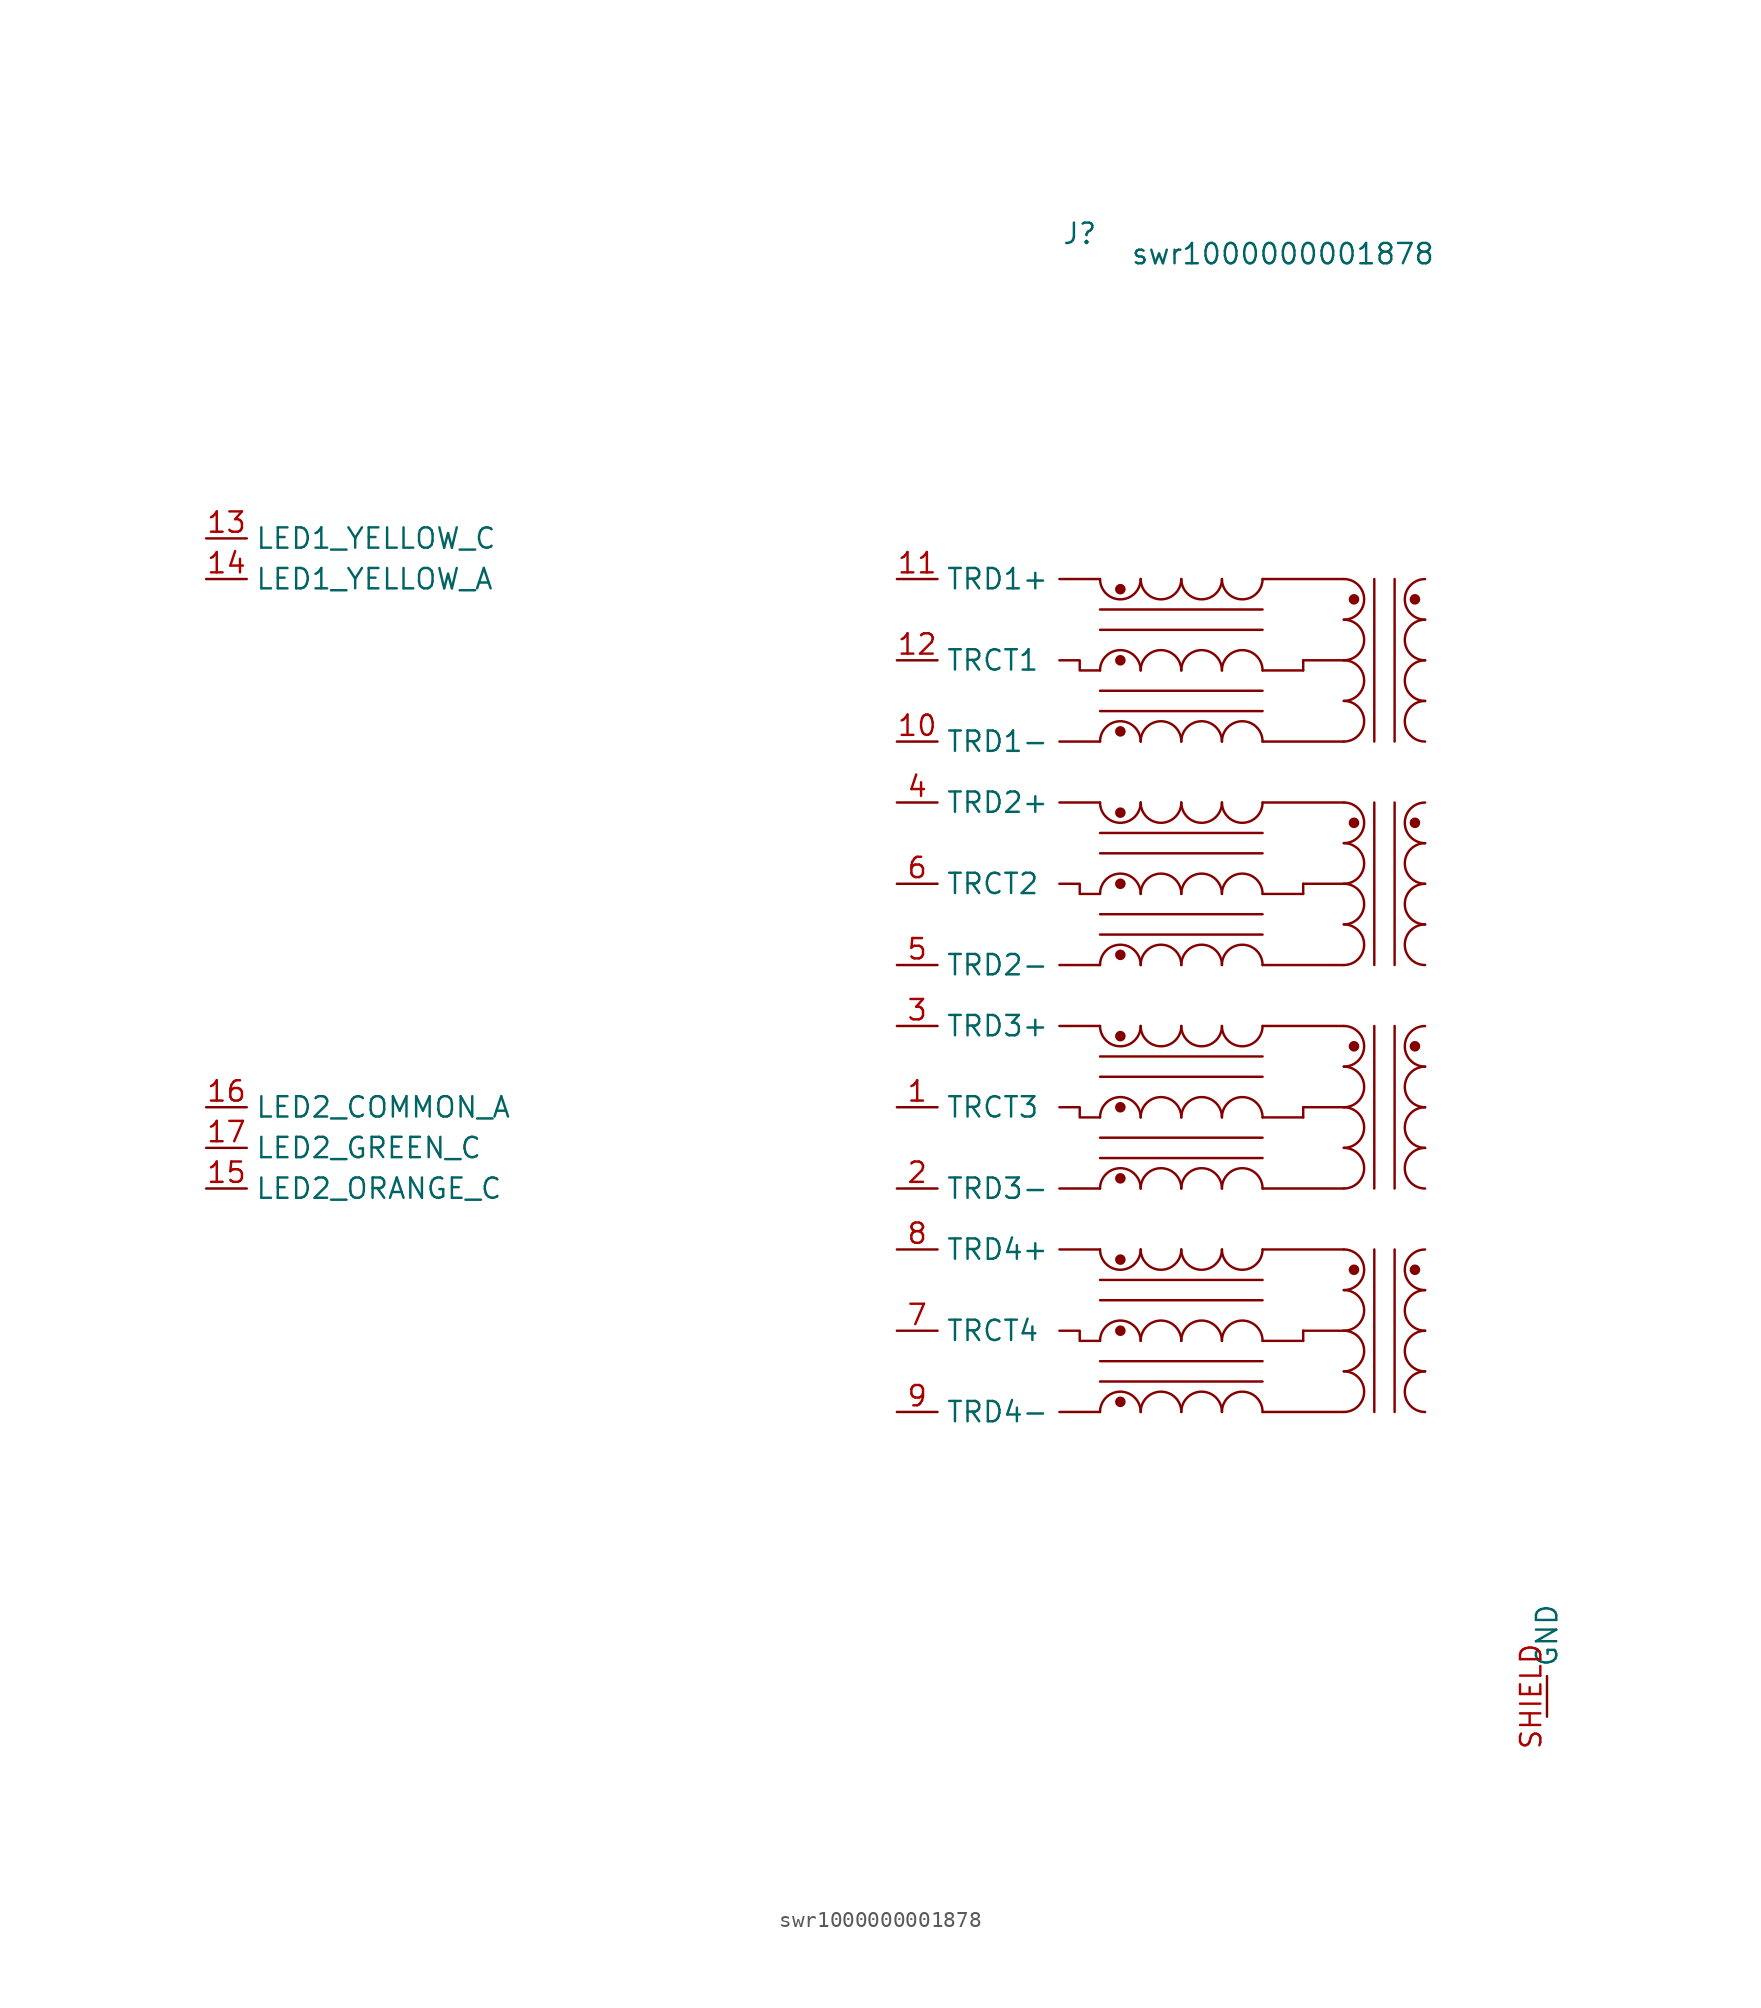
<source format=kicad_sym>
(kicad_symbol_lib
  (version 20220914)
  (generator kicad_symbol_editor)
  (symbol "swr1000000001878"
    (property "Reference" "J"
      (at -13.97 17.78 0)
      (effects (font (size 1.27 1.27))))
    (property "Value" "swr1000000001878"
      (at -1.27 16.51 0)
      (effects (font (size 1.27 1.27))))
    (symbol "swr1000000001878_0_0"
      (pin unspecified line (at -25.4 -36.83 0) (length 2.54) (name "TRCT3" (effects (font (size 1.27 1.27)))) (number "1" (effects (font (size 1.27 1.27)))))
      (pin unspecified line (at -25.4 -13.97 0) (length 2.54) (name "TRD1-" (effects (font (size 1.27 1.27)))) (number "10" (effects (font (size 1.27 1.27)))))
      (pin unspecified line (at -25.4 -3.81 0) (length 2.54) (name "TRD1+" (effects (font (size 1.27 1.27)))) (number "11" (effects (font (size 1.27 1.27)))))
      (pin unspecified line (at -25.4 -8.89 0) (length 2.54) (name "TRCT1" (effects (font (size 1.27 1.27)))) (number "12" (effects (font (size 1.27 1.27)))))
      (pin unspecified line (at -68.58 -1.27 0) (length 2.54) (name "LED1_YELLOW_C" (effects (font (size 1.27 1.27)))) (number "13" (effects (font (size 1.27 1.27)))))
      (pin unspecified line (at -68.58 -3.81 0) (length 2.54) (name "LED1_YELLOW_A" (effects (font (size 1.27 1.27)))) (number "14" (effects (font (size 1.27 1.27)))))
      (pin unspecified line (at -68.58 -41.91 0) (length 2.54) (name "LED2_ORANGE_C" (effects (font (size 1.27 1.27)))) (number "15" (effects (font (size 1.27 1.27)))))
      (pin unspecified line (at -68.58 -36.83 0) (length 2.54) (name "LED2_COMMON_A" (effects (font (size 1.27 1.27)))) (number "16" (effects (font (size 1.27 1.27)))))
      (pin unspecified line (at -68.58 -39.37 0) (length 2.54) (name "LED2_GREEN_C" (effects (font (size 1.27 1.27)))) (number "17" (effects (font (size 1.27 1.27)))))
      (pin unspecified line (at -25.4 -41.91 0) (length 2.54) (name "TRD3-" (effects (font (size 1.27 1.27)))) (number "2" (effects (font (size 1.27 1.27)))))
      (pin unspecified line (at -25.4 -31.75 0) (length 2.54) (name "TRD3+" (effects (font (size 1.27 1.27)))) (number "3" (effects (font (size 1.27 1.27)))))
      (pin unspecified line (at -25.4 -17.78 0) (length 2.54) (name "TRD2+" (effects (font (size 1.27 1.27)))) (number "4" (effects (font (size 1.27 1.27)))))
      (pin unspecified line (at -25.4 -27.94 0) (length 2.54) (name "TRD2-" (effects (font (size 1.27 1.27)))) (number "5" (effects (font (size 1.27 1.27)))))
      (pin unspecified line (at -25.4 -22.86 0) (length 2.54) (name "TRCT2" (effects (font (size 1.27 1.27)))) (number "6" (effects (font (size 1.27 1.27)))))
      (pin unspecified line (at -25.4 -50.8 0) (length 2.54) (name "TRCT4" (effects (font (size 1.27 1.27)))) (number "7" (effects (font (size 1.27 1.27)))))
      (pin unspecified line (at -25.4 -45.72 0) (length 2.54) (name "TRD4+" (effects (font (size 1.27 1.27)))) (number "8" (effects (font (size 1.27 1.27)))))
      (pin unspecified line (at -25.4 -55.88 0) (length 2.54) (name "TRD4-" (effects (font (size 1.27 1.27)))) (number "9" (effects (font (size 1.27 1.27)))))
      (pin unspecified line (at 15.24 -74.93 90) (length 2.54) (name "GND" (effects (font (size 1.27 1.27)))) (number "SHIELD" (effects (font (size 1.27 1.27))))))
    (symbol "swr1000000001878_0_1"
      (arc (start -12.7 -45.72) (mid -11.43 -46.9845) (end -10.16 -45.72) (stroke (width 0) (type default)) (fill (type none)))
      (arc (start -12.7 -31.75) (mid -11.43 -33.0145) (end -10.16 -31.75) (stroke (width 0) (type default)) (fill (type none)))
      (arc (start -12.7 -17.78) (mid -11.43 -19.0445) (end -10.16 -17.78) (stroke (width 0) (type default)) (fill (type none)))
      (arc (start -12.7 -3.81) (mid -11.43 -5.0745) (end -10.16 -3.81) (stroke (width 0) (type default)) (fill (type none)))
      (circle (center -11.43 -55.245) (radius 0.254) (stroke (width 0) (type default)) (fill (type outline)))
      (circle (center -11.43 -50.8) (radius 0.254) (stroke (width 0) (type default)) (fill (type outline)))
      (circle (center -11.43 -46.355) (radius 0.254) (stroke (width 0) (type default)) (fill (type outline)))
      (circle (center -11.43 -41.275) (radius 0.254) (stroke (width 0) (type default)) (fill (type outline)))
      (circle (center -11.43 -36.83) (radius 0.254) (stroke (width 0) (type default)) (fill (type outline)))
      (circle (center -11.43 -32.385) (radius 0.254) (stroke (width 0) (type default)) (fill (type outline)))
      (circle (center -11.43 -27.305) (radius 0.254) (stroke (width 0) (type default)) (fill (type outline)))
      (circle (center -11.43 -22.86) (radius 0.254) (stroke (width 0) (type default)) (fill (type outline)))
      (circle (center -11.43 -18.415) (radius 0.254) (stroke (width 0) (type default)) (fill (type outline)))
      (circle (center -11.43 -13.335) (radius 0.254) (stroke (width 0) (type default)) (fill (type outline)))
      (circle (center -11.43 -8.89) (radius 0.254) (stroke (width 0) (type default)) (fill (type outline)))
      (circle (center -11.43 -4.445) (radius 0.254) (stroke (width 0) (type default)) (fill (type outline)))
      (arc (start -10.16 -55.88) (mid -11.43 -54.6155) (end -12.7 -55.88) (stroke (width 0) (type default)) (fill (type none)))
      (arc (start -10.16 -51.435) (mid -11.43 -50.1705) (end -12.7 -51.435) (stroke (width 0) (type default)) (fill (type none)))
      (arc (start -10.16 -45.72) (mid -8.89 -46.9845) (end -7.62 -45.72) (stroke (width 0) (type default)) (fill (type none)))
      (arc (start -10.16 -41.91) (mid -11.43 -40.6455) (end -12.7 -41.91) (stroke (width 0) (type default)) (fill (type none)))
      (arc (start -10.16 -37.465) (mid -11.43 -36.2005) (end -12.7 -37.465) (stroke (width 0) (type default)) (fill (type none)))
      (arc (start -10.16 -31.75) (mid -8.89 -33.0145) (end -7.62 -31.75) (stroke (width 0) (type default)) (fill (type none)))
      (arc (start -10.16 -27.94) (mid -11.43 -26.6755) (end -12.7 -27.94) (stroke (width 0) (type default)) (fill (type none)))
      (arc (start -10.16 -23.495) (mid -11.43 -22.2305) (end -12.7 -23.495) (stroke (width 0) (type default)) (fill (type none)))
      (arc (start -10.16 -17.78) (mid -8.89 -19.0445) (end -7.62 -17.78) (stroke (width 0) (type default)) (fill (type none)))
      (arc (start -10.16 -13.97) (mid -11.43 -12.7055) (end -12.7 -13.97) (stroke (width 0) (type default)) (fill (type none)))
      (arc (start -10.16 -9.525) (mid -11.43 -8.2605) (end -12.7 -9.525) (stroke (width 0) (type default)) (fill (type none)))
      (arc (start -10.16 -3.81) (mid -8.89 -5.0745) (end -7.62 -3.81) (stroke (width 0) (type default)) (fill (type none)))
      (arc (start -7.62 -55.88) (mid -8.89 -54.6155) (end -10.16 -55.88) (stroke (width 0) (type default)) (fill (type none)))
      (arc (start -7.62 -51.435) (mid -8.89 -50.1705) (end -10.16 -51.435) (stroke (width 0) (type default)) (fill (type none)))
      (arc (start -7.62 -45.72) (mid -6.35 -46.9845) (end -5.08 -45.72) (stroke (width 0) (type default)) (fill (type none)))
      (arc (start -7.62 -41.91) (mid -8.89 -40.6455) (end -10.16 -41.91) (stroke (width 0) (type default)) (fill (type none)))
      (arc (start -7.62 -37.465) (mid -8.89 -36.2005) (end -10.16 -37.465) (stroke (width 0) (type default)) (fill (type none)))
      (arc (start -7.62 -31.75) (mid -6.35 -33.0145) (end -5.08 -31.75) (stroke (width 0) (type default)) (fill (type none)))
      (arc (start -7.62 -27.94) (mid -8.89 -26.6755) (end -10.16 -27.94) (stroke (width 0) (type default)) (fill (type none)))
      (arc (start -7.62 -23.495) (mid -8.89 -22.2305) (end -10.16 -23.495) (stroke (width 0) (type default)) (fill (type none)))
      (arc (start -7.62 -17.78) (mid -6.35 -19.0445) (end -5.08 -17.78) (stroke (width 0) (type default)) (fill (type none)))
      (arc (start -7.62 -13.97) (mid -8.89 -12.7055) (end -10.16 -13.97) (stroke (width 0) (type default)) (fill (type none)))
      (arc (start -7.62 -9.525) (mid -8.89 -8.2605) (end -10.16 -9.525) (stroke (width 0) (type default)) (fill (type none)))
      (arc (start -7.62 -3.81) (mid -6.35 -5.0745) (end -5.08 -3.81) (stroke (width 0) (type default)) (fill (type none)))
      (arc (start -5.08 -55.88) (mid -6.35 -54.6155) (end -7.62 -55.88) (stroke (width 0) (type default)) (fill (type none)))
      (arc (start -5.08 -51.435) (mid -6.35 -50.1705) (end -7.62 -51.435) (stroke (width 0) (type default)) (fill (type none)))
      (arc (start -5.08 -45.72) (mid -3.81 -46.9845) (end -2.54 -45.72) (stroke (width 0) (type default)) (fill (type none)))
      (arc (start -5.08 -41.91) (mid -6.35 -40.6455) (end -7.62 -41.91) (stroke (width 0) (type default)) (fill (type none)))
      (arc (start -5.08 -37.465) (mid -6.35 -36.2005) (end -7.62 -37.465) (stroke (width 0) (type default)) (fill (type none)))
      (arc (start -5.08 -31.75) (mid -3.81 -33.0145) (end -2.54 -31.75) (stroke (width 0) (type default)) (fill (type none)))
      (arc (start -5.08 -27.94) (mid -6.35 -26.6755) (end -7.62 -27.94) (stroke (width 0) (type default)) (fill (type none)))
      (arc (start -5.08 -23.495) (mid -6.35 -22.2305) (end -7.62 -23.495) (stroke (width 0) (type default)) (fill (type none)))
      (arc (start -5.08 -17.78) (mid -3.81 -19.0445) (end -2.54 -17.78) (stroke (width 0) (type default)) (fill (type none)))
      (arc (start -5.08 -13.97) (mid -6.35 -12.7055) (end -7.62 -13.97) (stroke (width 0) (type default)) (fill (type none)))
      (arc (start -5.08 -9.525) (mid -6.35 -8.2605) (end -7.62 -9.525) (stroke (width 0) (type default)) (fill (type none)))
      (arc (start -5.08 -3.81) (mid -3.81 -5.0745) (end -2.54 -3.81) (stroke (width 0) (type default)) (fill (type none)))
      (arc (start -2.54 -55.88) (mid -3.81 -54.6155) (end -5.08 -55.88) (stroke (width 0) (type default)) (fill (type none)))
      (arc (start -2.54 -51.435) (mid -3.81 -50.1705) (end -5.08 -51.435) (stroke (width 0) (type default)) (fill (type none)))
      (arc (start -2.54 -41.91) (mid -3.81 -40.6455) (end -5.08 -41.91) (stroke (width 0) (type default)) (fill (type none)))
      (arc (start -2.54 -37.465) (mid -3.81 -36.2005) (end -5.08 -37.465) (stroke (width 0) (type default)) (fill (type none)))
      (arc (start -2.54 -27.94) (mid -3.81 -26.6755) (end -5.08 -27.94) (stroke (width 0) (type default)) (fill (type none)))
      (arc (start -2.54 -23.495) (mid -3.81 -22.2305) (end -5.08 -23.495) (stroke (width 0) (type default)) (fill (type none)))
      (arc (start -2.54 -13.97) (mid -3.81 -12.7055) (end -5.08 -13.97) (stroke (width 0) (type default)) (fill (type none)))
      (arc (start -2.54 -9.525) (mid -3.81 -8.2605) (end -5.08 -9.525) (stroke (width 0) (type default)) (fill (type none)))
      (polyline (pts (xy -12.7 -55.88) (xy -15.24 -55.88)) (stroke (width 0) (type default)) (fill (type none)))
      (polyline (pts (xy -12.7 -53.975) (xy -2.54 -53.975)) (stroke (width 0) (type default)) (fill (type none)))
      (polyline (pts (xy -12.7 -52.705) (xy -2.54 -52.705)) (stroke (width 0) (type default)) (fill (type none)))
      (polyline (pts (xy -12.7 -48.895) (xy -2.54 -48.895)) (stroke (width 0) (type default)) (fill (type none)))
      (polyline (pts (xy -12.7 -47.625) (xy -2.54 -47.625)) (stroke (width 0) (type default)) (fill (type none)))
      (polyline (pts (xy -12.7 -45.72) (xy -15.24 -45.72)) (stroke (width 0) (type default)) (fill (type none)))
      (polyline (pts (xy -12.7 -41.91) (xy -15.24 -41.91)) (stroke (width 0) (type default)) (fill (type none)))
      (polyline (pts (xy -12.7 -40.005) (xy -2.54 -40.005)) (stroke (width 0) (type default)) (fill (type none)))
      (polyline (pts (xy -12.7 -38.735) (xy -2.54 -38.735)) (stroke (width 0) (type default)) (fill (type none)))
      (polyline (pts (xy -12.7 -34.925) (xy -2.54 -34.925)) (stroke (width 0) (type default)) (fill (type none)))
      (polyline (pts (xy -12.7 -33.655) (xy -2.54 -33.655)) (stroke (width 0) (type default)) (fill (type none)))
      (polyline (pts (xy -12.7 -31.75) (xy -15.24 -31.75)) (stroke (width 0) (type default)) (fill (type none)))
      (polyline (pts (xy -12.7 -27.94) (xy -15.24 -27.94)) (stroke (width 0) (type default)) (fill (type none)))
      (polyline (pts (xy -12.7 -26.035) (xy -2.54 -26.035)) (stroke (width 0) (type default)) (fill (type none)))
      (polyline (pts (xy -12.7 -24.765) (xy -2.54 -24.765)) (stroke (width 0) (type default)) (fill (type none)))
      (polyline (pts (xy -12.7 -20.955) (xy -2.54 -20.955)) (stroke (width 0) (type default)) (fill (type none)))
      (polyline (pts (xy -12.7 -19.685) (xy -2.54 -19.685)) (stroke (width 0) (type default)) (fill (type none)))
      (polyline (pts (xy -12.7 -17.78) (xy -15.24 -17.78)) (stroke (width 0) (type default)) (fill (type none)))
      (polyline (pts (xy -12.7 -13.97) (xy -15.24 -13.97)) (stroke (width 0) (type default)) (fill (type none)))
      (polyline (pts (xy -12.7 -12.065) (xy -2.54 -12.065)) (stroke (width 0) (type default)) (fill (type none)))
      (polyline (pts (xy -12.7 -10.795) (xy -2.54 -10.795)) (stroke (width 0) (type default)) (fill (type none)))
      (polyline (pts (xy -12.7 -6.985) (xy -2.54 -6.985)) (stroke (width 0) (type default)) (fill (type none)))
      (polyline (pts (xy -12.7 -5.715) (xy -2.54 -5.715)) (stroke (width 0) (type default)) (fill (type none)))
      (polyline (pts (xy -12.7 -3.81) (xy -15.24 -3.81)) (stroke (width 0) (type default)) (fill (type none)))
      (polyline (pts (xy -2.54 -55.88) (xy 2.54 -55.88)) (stroke (width 0) (type default)) (fill (type none)))
      (polyline (pts (xy -2.54 -45.72) (xy 2.54 -45.72)) (stroke (width 0) (type default)) (fill (type none)))
      (polyline (pts (xy -2.54 -41.91) (xy 2.54 -41.91)) (stroke (width 0) (type default)) (fill (type none)))
      (polyline (pts (xy -2.54 -31.75) (xy 2.54 -31.75)) (stroke (width 0) (type default)) (fill (type none)))
      (polyline (pts (xy -2.54 -27.94) (xy 2.54 -27.94)) (stroke (width 0) (type default)) (fill (type none)))
      (polyline (pts (xy -2.54 -17.78) (xy 2.54 -17.78)) (stroke (width 0) (type default)) (fill (type none)))
      (polyline (pts (xy -2.54 -13.97) (xy 2.54 -13.97)) (stroke (width 0) (type default)) (fill (type none)))
      (polyline (pts (xy -2.54 -3.81) (xy 2.54 -3.81)) (stroke (width 0) (type default)) (fill (type none)))
      (polyline (pts (xy 0 -51.435) (xy -2.54 -51.435)) (stroke (width 0) (type default)) (fill (type none)))
      (polyline (pts (xy 0 -50.8) (xy 0 -51.435)) (stroke (width 0) (type default)) (fill (type none)))
      (polyline (pts (xy 0 -50.8) (xy 2.54 -50.8)) (stroke (width 0) (type default)) (fill (type none)))
      (polyline (pts (xy 0 -37.465) (xy -2.54 -37.465)) (stroke (width 0) (type default)) (fill (type none)))
      (polyline (pts (xy 0 -36.83) (xy 0 -37.465)) (stroke (width 0) (type default)) (fill (type none)))
      (polyline (pts (xy 0 -36.83) (xy 2.54 -36.83)) (stroke (width 0) (type default)) (fill (type none)))
      (polyline (pts (xy 0 -23.495) (xy -2.54 -23.495)) (stroke (width 0) (type default)) (fill (type none)))
      (polyline (pts (xy 0 -22.86) (xy 0 -23.495)) (stroke (width 0) (type default)) (fill (type none)))
      (polyline (pts (xy 0 -22.86) (xy 2.54 -22.86)) (stroke (width 0) (type default)) (fill (type none)))
      (polyline (pts (xy 0 -9.525) (xy -2.54 -9.525)) (stroke (width 0) (type default)) (fill (type none)))
      (polyline (pts (xy 0 -8.89) (xy 0 -9.525)) (stroke (width 0) (type default)) (fill (type none)))
      (polyline (pts (xy 0 -8.89) (xy 2.54 -8.89)) (stroke (width 0) (type default)) (fill (type none)))
      (polyline (pts (xy 4.445 -45.72) (xy 4.445 -55.88)) (stroke (width 0) (type default)) (fill (type none)))
      (polyline (pts (xy 4.445 -31.75) (xy 4.445 -41.91)) (stroke (width 0) (type default)) (fill (type none)))
      (polyline (pts (xy 4.445 -17.78) (xy 4.445 -27.94)) (stroke (width 0) (type default)) (fill (type none)))
      (polyline (pts (xy 4.445 -3.81) (xy 4.445 -13.97)) (stroke (width 0) (type default)) (fill (type none)))
      (polyline (pts (xy 5.715 -45.72) (xy 5.715 -55.88)) (stroke (width 0) (type default)) (fill (type none)))
      (polyline (pts (xy 5.715 -31.75) (xy 5.715 -41.91)) (stroke (width 0) (type default)) (fill (type none)))
      (polyline (pts (xy 5.715 -17.78) (xy 5.715 -27.94)) (stroke (width 0) (type default)) (fill (type none)))
      (polyline (pts (xy 5.715 -3.81) (xy 5.715 -13.97)) (stroke (width 0) (type default)) (fill (type none)))
      (polyline (pts (xy -12.7 -51.435) (xy -13.97 -51.435) (xy -13.97 -50.8) (xy -15.24 -50.8)) (stroke (width 0) (type default)) (fill (type none)))
      (polyline (pts (xy -12.7 -37.465) (xy -13.97 -37.465) (xy -13.97 -36.83) (xy -15.24 -36.83)) (stroke (width 0) (type default)) (fill (type none)))
      (polyline (pts (xy -12.7 -23.495) (xy -13.97 -23.495) (xy -13.97 -22.86) (xy -15.24 -22.86)) (stroke (width 0) (type default)) (fill (type none)))
      (polyline (pts (xy -12.7 -9.525) (xy -13.97 -9.525) (xy -13.97 -8.89) (xy -15.24 -8.89)) (stroke (width 0) (type default)) (fill (type none)))
      (arc (start 2.54 -55.88) (mid 3.8045 -54.61) (end 2.54 -53.34) (stroke (width 0) (type default)) (fill (type none)))
      (arc (start 2.54 -53.34) (mid 3.8045 -52.07) (end 2.54 -50.8) (stroke (width 0) (type default)) (fill (type none)))
      (arc (start 2.54 -50.8) (mid 3.8045 -49.53) (end 2.54 -48.26) (stroke (width 0) (type default)) (fill (type none)))
      (arc (start 2.54 -48.26) (mid 3.8045 -46.99) (end 2.54 -45.72) (stroke (width 0) (type default)) (fill (type none)))
      (arc (start 2.54 -41.91) (mid 3.8045 -40.64) (end 2.54 -39.37) (stroke (width 0) (type default)) (fill (type none)))
      (arc (start 2.54 -39.37) (mid 3.8045 -38.1) (end 2.54 -36.83) (stroke (width 0) (type default)) (fill (type none)))
      (arc (start 2.54 -36.83) (mid 3.8045 -35.56) (end 2.54 -34.29) (stroke (width 0) (type default)) (fill (type none)))
      (arc (start 2.54 -34.29) (mid 3.8045 -33.02) (end 2.54 -31.75) (stroke (width 0) (type default)) (fill (type none)))
      (arc (start 2.54 -27.94) (mid 3.8045 -26.67) (end 2.54 -25.4) (stroke (width 0) (type default)) (fill (type none)))
      (arc (start 2.54 -25.4) (mid 3.8045 -24.13) (end 2.54 -22.86) (stroke (width 0) (type default)) (fill (type none)))
      (arc (start 2.54 -22.86) (mid 3.8045 -21.59) (end 2.54 -20.32) (stroke (width 0) (type default)) (fill (type none)))
      (arc (start 2.54 -20.32) (mid 3.8045 -19.05) (end 2.54 -17.78) (stroke (width 0) (type default)) (fill (type none)))
      (arc (start 2.54 -13.97) (mid 3.8045 -12.7) (end 2.54 -11.43) (stroke (width 0) (type default)) (fill (type none)))
      (arc (start 2.54 -11.43) (mid 3.8045 -10.16) (end 2.54 -8.89) (stroke (width 0) (type default)) (fill (type none)))
      (arc (start 2.54 -8.89) (mid 3.8045 -7.62) (end 2.54 -6.35) (stroke (width 0) (type default)) (fill (type none)))
      (arc (start 2.54 -6.35) (mid 3.8045 -5.08) (end 2.54 -3.81) (stroke (width 0) (type default)) (fill (type none)))
      (circle (center 3.175 -46.99) (radius 0.254) (stroke (width 0) (type default)) (fill (type outline)))
      (circle (center 3.175 -33.02) (radius 0.254) (stroke (width 0) (type default)) (fill (type outline)))
      (circle (center 3.175 -19.05) (radius 0.254) (stroke (width 0) (type default)) (fill (type outline)))
      (circle (center 3.175 -5.08) (radius 0.254) (stroke (width 0) (type default)) (fill (type outline)))
      (circle (center 6.985 -46.99) (radius 0.254) (stroke (width 0) (type default)) (fill (type outline)))
      (circle (center 6.985 -33.02) (radius 0.254) (stroke (width 0) (type default)) (fill (type outline)))
      (circle (center 6.985 -19.05) (radius 0.254) (stroke (width 0) (type default)) (fill (type outline)))
      (circle (center 6.985 -5.08) (radius 0.254) (stroke (width 0) (type default)) (fill (type outline)))
      (arc (start 7.62 -53.34) (mid 6.3555 -54.61) (end 7.62 -55.88) (stroke (width 0) (type default)) (fill (type none)))
      (arc (start 7.62 -50.8) (mid 6.3555 -52.07) (end 7.62 -53.34) (stroke (width 0) (type default)) (fill (type none)))
      (arc (start 7.62 -48.26) (mid 6.3555 -49.53) (end 7.62 -50.8) (stroke (width 0) (type default)) (fill (type none)))
      (arc (start 7.62 -45.72) (mid 6.3555 -46.99) (end 7.62 -48.26) (stroke (width 0) (type default)) (fill (type none)))
      (arc (start 7.62 -39.37) (mid 6.3555 -40.64) (end 7.62 -41.91) (stroke (width 0) (type default)) (fill (type none)))
      (arc (start 7.62 -36.83) (mid 6.3555 -38.1) (end 7.62 -39.37) (stroke (width 0) (type default)) (fill (type none)))
      (arc (start 7.62 -34.29) (mid 6.3555 -35.56) (end 7.62 -36.83) (stroke (width 0) (type default)) (fill (type none)))
      (arc (start 7.62 -31.75) (mid 6.3555 -33.02) (end 7.62 -34.29) (stroke (width 0) (type default)) (fill (type none)))
      (arc (start 7.62 -25.4) (mid 6.3555 -26.67) (end 7.62 -27.94) (stroke (width 0) (type default)) (fill (type none)))
      (arc (start 7.62 -22.86) (mid 6.3555 -24.13) (end 7.62 -25.4) (stroke (width 0) (type default)) (fill (type none)))
      (arc (start 7.62 -20.32) (mid 6.3555 -21.59) (end 7.62 -22.86) (stroke (width 0) (type default)) (fill (type none)))
      (arc (start 7.62 -17.78) (mid 6.3555 -19.05) (end 7.62 -20.32) (stroke (width 0) (type default)) (fill (type none)))
      (arc (start 7.62 -11.43) (mid 6.3555 -12.7) (end 7.62 -13.97) (stroke (width 0) (type default)) (fill (type none)))
      (arc (start 7.62 -8.89) (mid 6.3555 -10.16) (end 7.62 -11.43) (stroke (width 0) (type default)) (fill (type none)))
      (arc (start 7.62 -6.35) (mid 6.3555 -7.62) (end 7.62 -8.89) (stroke (width 0) (type default)) (fill (type none)))
      (arc (start 7.62 -3.81) (mid 6.3555 -5.08) (end 7.62 -6.35) (stroke (width 0) (type default)) (fill (type none))))))
</source>
